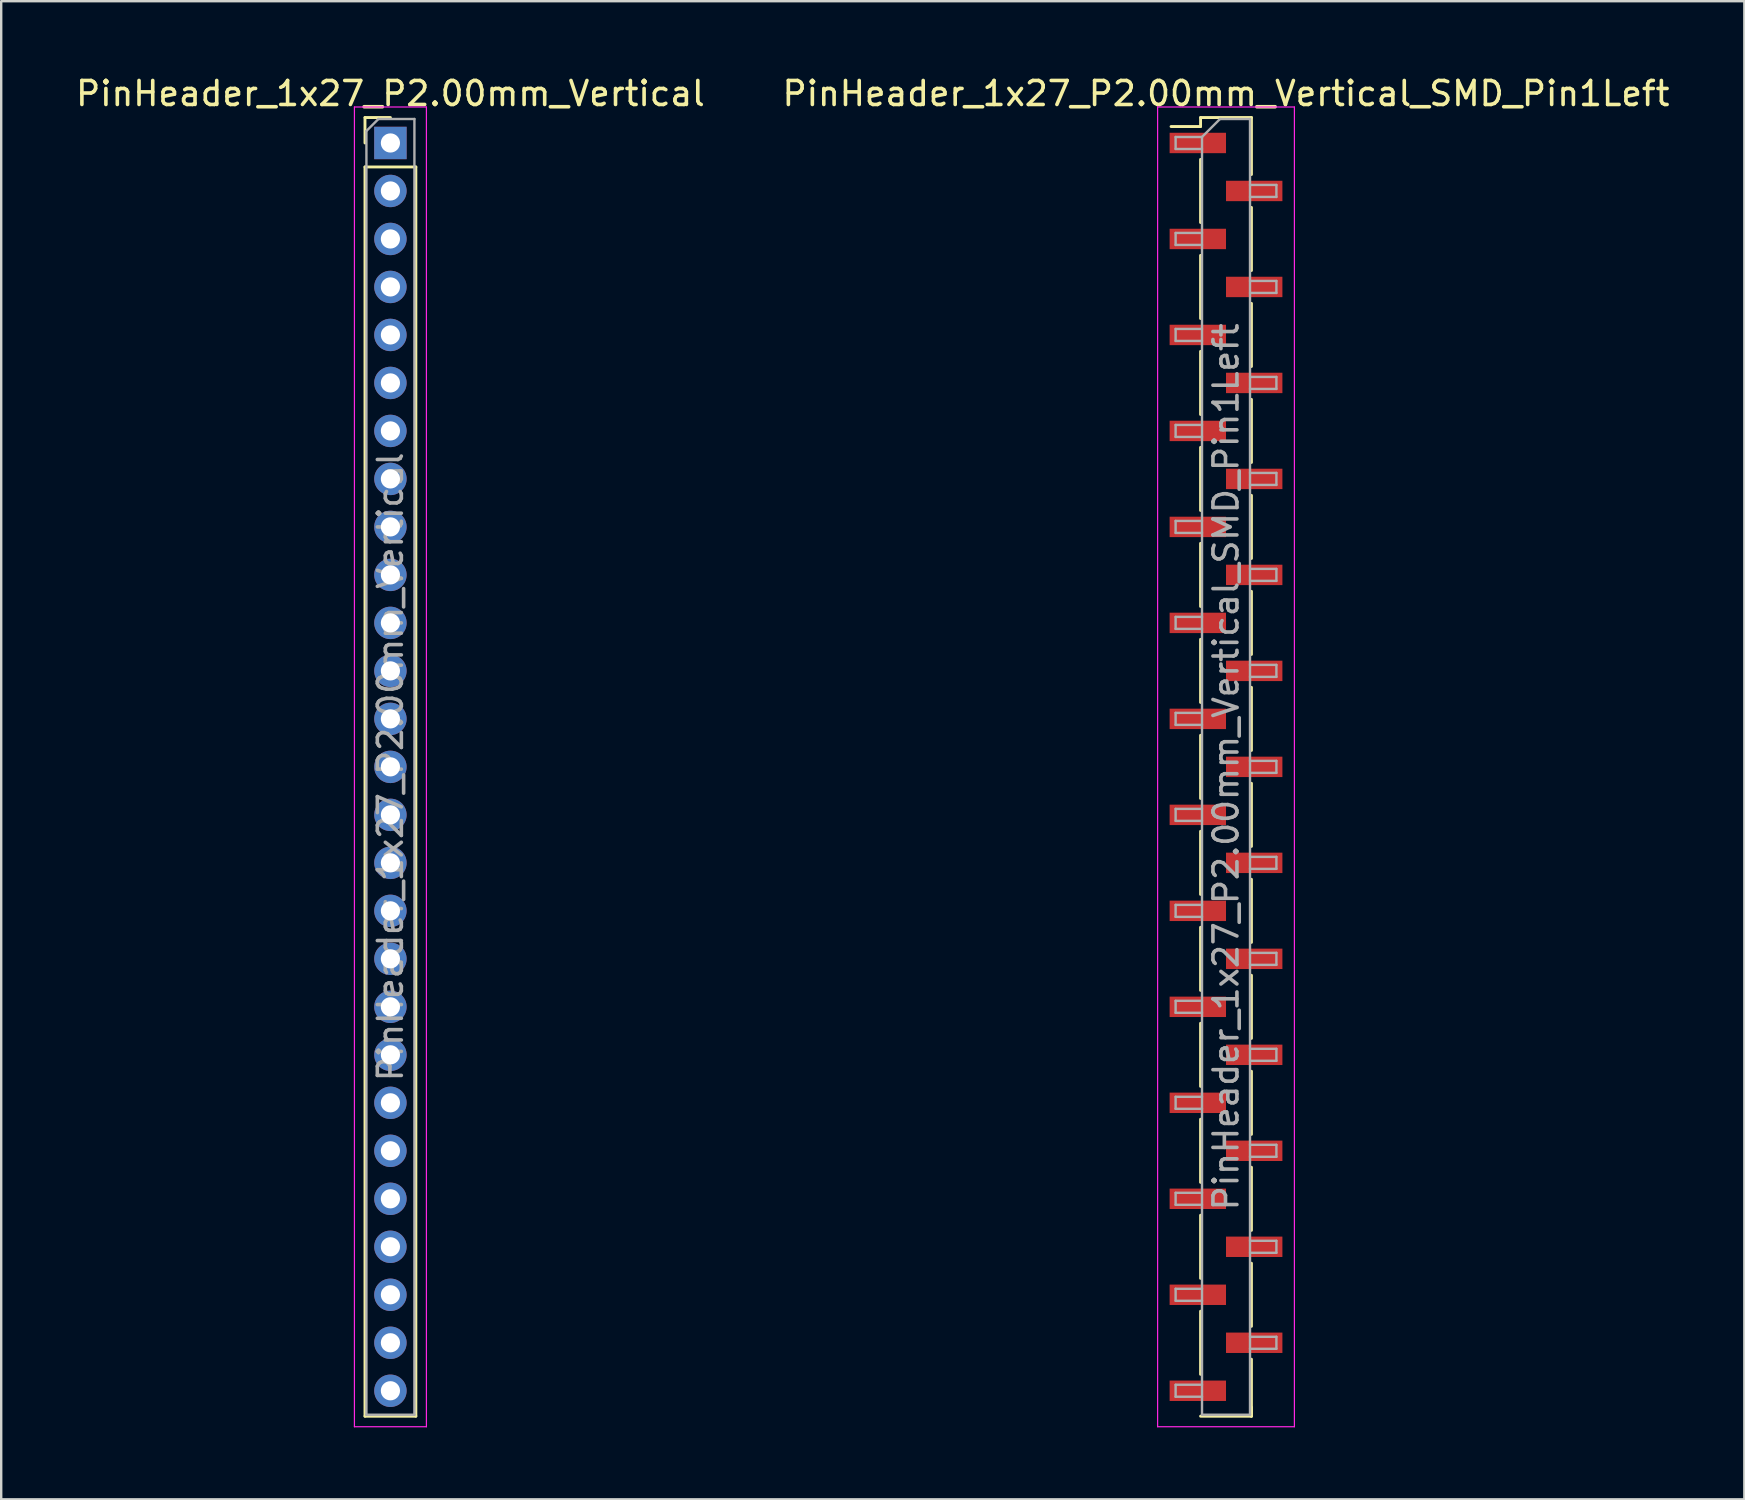
<source format=kicad_pcb>
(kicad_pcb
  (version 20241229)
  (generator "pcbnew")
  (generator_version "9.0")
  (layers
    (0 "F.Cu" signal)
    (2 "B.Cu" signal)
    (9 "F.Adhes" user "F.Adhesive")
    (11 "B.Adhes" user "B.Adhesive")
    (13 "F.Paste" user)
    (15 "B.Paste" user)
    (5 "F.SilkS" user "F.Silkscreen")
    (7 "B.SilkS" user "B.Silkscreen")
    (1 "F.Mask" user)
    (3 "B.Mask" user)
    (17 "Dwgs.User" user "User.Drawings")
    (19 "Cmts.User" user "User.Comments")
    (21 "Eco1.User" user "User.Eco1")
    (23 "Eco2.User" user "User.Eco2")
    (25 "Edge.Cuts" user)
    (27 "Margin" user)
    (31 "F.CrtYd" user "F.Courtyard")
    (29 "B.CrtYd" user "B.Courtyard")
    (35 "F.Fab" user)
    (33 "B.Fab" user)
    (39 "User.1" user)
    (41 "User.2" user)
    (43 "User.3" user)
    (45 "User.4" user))
  (footprint "PinHeader_1x27_P2.00mm_Vertical"
    (layer "F.Cu")
    (at 13.22 2.908)
    (property "Reference" "PinHeader_1x27_P2.00mm_Vertical" (at 0 -2.06 0) (layer "F.SilkS") (effects (font (size 1 1) (thickness 0.15))))
    (attr through_hole)
    (fp_line (start -1.06 -1.06) (end 0 -1.06) (stroke (width 0.12) (type solid)) (layer "F.SilkS"))
    (fp_line (start -1.06 0) (end -1.06 -1.06) (stroke (width 0.12) (type solid)) (layer "F.SilkS"))
    (fp_line (start -1.06 1) (end -1.06 53.06) (stroke (width 0.12) (type solid)) (layer "F.SilkS"))
    (fp_line (start -1.06 1) (end 1.06 1) (stroke (width 0.12) (type solid)) (layer "F.SilkS"))
    (fp_line (start -1.06 53.06) (end 1.06 53.06) (stroke (width 0.12) (type solid)) (layer "F.SilkS"))
    (fp_line (start 1.06 1) (end 1.06 53.06) (stroke (width 0.12) (type solid)) (layer "F.SilkS"))
    (fp_line (start -1.5 -1.5) (end -1.5 53.5) (stroke (width 0.05) (type solid)) (layer "F.CrtYd"))
    (fp_line (start -1.5 53.5) (end 1.5 53.5) (stroke (width 0.05) (type solid)) (layer "F.CrtYd"))
    (fp_line (start 1.5 -1.5) (end -1.5 -1.5) (stroke (width 0.05) (type solid)) (layer "F.CrtYd"))
    (fp_line (start 1.5 53.5) (end 1.5 -1.5) (stroke (width 0.05) (type solid)) (layer "F.CrtYd"))
    (fp_line (start -1 -0.5) (end -0.5 -1) (stroke (width 0.1) (type solid)) (layer "F.Fab"))
    (fp_line (start -1 53) (end -1 -0.5) (stroke (width 0.1) (type solid)) (layer "F.Fab"))
    (fp_line (start -0.5 -1) (end 1 -1) (stroke (width 0.1) (type solid)) (layer "F.Fab"))
    (fp_line (start 1 -1) (end 1 53) (stroke (width 0.1) (type solid)) (layer "F.Fab"))
    (fp_line (start 1 53) (end -1 53) (stroke (width 0.1) (type solid)) (layer "F.Fab"))
    (fp_text user "${REFERENCE}" (at 0 26 90) (layer "F.Fab") (effects (font (size 1 1) (thickness 0.15))))
    (pad "1" thru_hole rect (at 0 0) (size 1.35 1.35) (drill 0.8) (layers "*.Cu" "*.Mask"))
    (pad "2" thru_hole oval (at 0 2) (size 1.35 1.35) (drill 0.8) (layers "*.Cu" "*.Mask"))
    (pad "3" thru_hole oval (at 0 4) (size 1.35 1.35) (drill 0.8) (layers "*.Cu" "*.Mask"))
    (pad "4" thru_hole oval (at 0 6) (size 1.35 1.35) (drill 0.8) (layers "*.Cu" "*.Mask"))
    (pad "5" thru_hole oval (at 0 8) (size 1.35 1.35) (drill 0.8) (layers "*.Cu" "*.Mask"))
    (pad "6" thru_hole oval (at 0 10) (size 1.35 1.35) (drill 0.8) (layers "*.Cu" "*.Mask"))
    (pad "7" thru_hole oval (at 0 12) (size 1.35 1.35) (drill 0.8) (layers "*.Cu" "*.Mask"))
    (pad "8" thru_hole oval (at 0 14) (size 1.35 1.35) (drill 0.8) (layers "*.Cu" "*.Mask"))
    (pad "9" thru_hole oval (at 0 16) (size 1.35 1.35) (drill 0.8) (layers "*.Cu" "*.Mask"))
    (pad "10" thru_hole oval (at 0 18) (size 1.35 1.35) (drill 0.8) (layers "*.Cu" "*.Mask"))
    (pad "11" thru_hole oval (at 0 20) (size 1.35 1.35) (drill 0.8) (layers "*.Cu" "*.Mask"))
    (pad "12" thru_hole oval (at 0 22) (size 1.35 1.35) (drill 0.8) (layers "*.Cu" "*.Mask"))
    (pad "13" thru_hole oval (at 0 24) (size 1.35 1.35) (drill 0.8) (layers "*.Cu" "*.Mask"))
    (pad "14" thru_hole oval (at 0 26) (size 1.35 1.35) (drill 0.8) (layers "*.Cu" "*.Mask"))
    (pad "15" thru_hole oval (at 0 28) (size 1.35 1.35) (drill 0.8) (layers "*.Cu" "*.Mask"))
    (pad "16" thru_hole oval (at 0 30) (size 1.35 1.35) (drill 0.8) (layers "*.Cu" "*.Mask"))
    (pad "17" thru_hole oval (at 0 32) (size 1.35 1.35) (drill 0.8) (layers "*.Cu" "*.Mask"))
    (pad "18" thru_hole oval (at 0 34) (size 1.35 1.35) (drill 0.8) (layers "*.Cu" "*.Mask"))
    (pad "19" thru_hole oval (at 0 36) (size 1.35 1.35) (drill 0.8) (layers "*.Cu" "*.Mask"))
    (pad "20" thru_hole oval (at 0 38) (size 1.35 1.35) (drill 0.8) (layers "*.Cu" "*.Mask"))
    (pad "21" thru_hole oval (at 0 40) (size 1.35 1.35) (drill 0.8) (layers "*.Cu" "*.Mask"))
    (pad "22" thru_hole oval (at 0 42) (size 1.35 1.35) (drill 0.8) (layers "*.Cu" "*.Mask"))
    (pad "23" thru_hole oval (at 0 44) (size 1.35 1.35) (drill 0.8) (layers "*.Cu" "*.Mask"))
    (pad "24" thru_hole oval (at 0 46) (size 1.35 1.35) (drill 0.8) (layers "*.Cu" "*.Mask"))
    (pad "25" thru_hole oval (at 0 48) (size 1.35 1.35) (drill 0.8) (layers "*.Cu" "*.Mask"))
    (pad "26" thru_hole oval (at 0 50) (size 1.35 1.35) (drill 0.8) (layers "*.Cu" "*.Mask"))
    (pad "27" thru_hole oval (at 0 52) (size 1.35 1.35) (drill 0.8) (layers "*.Cu" "*.Mask")))
  (footprint "PinHeader_1x27_P2.00mm_Vertical_SMD_Pin1Left"
    (layer "F.Cu")
    (at 48.042 28.908)
    (property "Reference" "PinHeader_1x27_P2.00mm_Vertical_SMD_Pin1Left" (at 0 -28.06 0) (layer "F.SilkS") (effects (font (size 1 1) (thickness 0.15))))
    (attr smd)
    (fp_line (start -1.06 -27.06) (end -1.06 -26.685) (stroke (width 0.12) (type solid)) (layer "F.SilkS"))
    (fp_line (start -1.06 -27.06) (end 1.06 -27.06) (stroke (width 0.12) (type solid)) (layer "F.SilkS"))
    (fp_line (start -1.06 -26.685) (end -2.29 -26.685) (stroke (width 0.12) (type solid)) (layer "F.SilkS"))
    (fp_line (start -1.06 -25.315) (end -1.06 -22.685) (stroke (width 0.12) (type solid)) (layer "F.SilkS"))
    (fp_line (start -1.06 -21.315) (end -1.06 -18.685) (stroke (width 0.12) (type solid)) (layer "F.SilkS"))
    (fp_line (start -1.06 -17.315) (end -1.06 -14.685) (stroke (width 0.12) (type solid)) (layer "F.SilkS"))
    (fp_line (start -1.06 -13.315) (end -1.06 -10.685) (stroke (width 0.12) (type solid)) (layer "F.SilkS"))
    (fp_line (start -1.06 -9.315) (end -1.06 -6.685) (stroke (width 0.12) (type solid)) (layer "F.SilkS"))
    (fp_line (start -1.06 -5.315) (end -1.06 -2.685) (stroke (width 0.12) (type solid)) (layer "F.SilkS"))
    (fp_line (start -1.06 -1.315) (end -1.06 1.315) (stroke (width 0.12) (type solid)) (layer "F.SilkS"))
    (fp_line (start -1.06 2.685) (end -1.06 5.315) (stroke (width 0.12) (type solid)) (layer "F.SilkS"))
    (fp_line (start -1.06 6.685) (end -1.06 9.315) (stroke (width 0.12) (type solid)) (layer "F.SilkS"))
    (fp_line (start -1.06 10.685) (end -1.06 13.315) (stroke (width 0.12) (type solid)) (layer "F.SilkS"))
    (fp_line (start -1.06 14.685) (end -1.06 17.315) (stroke (width 0.12) (type solid)) (layer "F.SilkS"))
    (fp_line (start -1.06 18.685) (end -1.06 21.315) (stroke (width 0.12) (type solid)) (layer "F.SilkS"))
    (fp_line (start -1.06 22.685) (end -1.06 25.315) (stroke (width 0.12) (type solid)) (layer "F.SilkS"))
    (fp_line (start -1.06 27.06) (end 1.06 27.06) (stroke (width 0.12) (type solid)) (layer "F.SilkS"))
    (fp_line (start 1.06 -27.06) (end 1.06 -24.685) (stroke (width 0.12) (type solid)) (layer "F.SilkS"))
    (fp_line (start 1.06 -23.315) (end 1.06 -20.685) (stroke (width 0.12) (type solid)) (layer "F.SilkS"))
    (fp_line (start 1.06 -19.315) (end 1.06 -16.685) (stroke (width 0.12) (type solid)) (layer "F.SilkS"))
    (fp_line (start 1.06 -15.315) (end 1.06 -12.685) (stroke (width 0.12) (type solid)) (layer "F.SilkS"))
    (fp_line (start 1.06 -11.315) (end 1.06 -8.685) (stroke (width 0.12) (type solid)) (layer "F.SilkS"))
    (fp_line (start 1.06 -7.315) (end 1.06 -4.685) (stroke (width 0.12) (type solid)) (layer "F.SilkS"))
    (fp_line (start 1.06 -3.315) (end 1.06 -0.685) (stroke (width 0.12) (type solid)) (layer "F.SilkS"))
    (fp_line (start 1.06 0.685) (end 1.06 3.315) (stroke (width 0.12) (type solid)) (layer "F.SilkS"))
    (fp_line (start 1.06 4.685) (end 1.06 7.315) (stroke (width 0.12) (type solid)) (layer "F.SilkS"))
    (fp_line (start 1.06 8.685) (end 1.06 11.315) (stroke (width 0.12) (type solid)) (layer "F.SilkS"))
    (fp_line (start 1.06 12.685) (end 1.06 15.315) (stroke (width 0.12) (type solid)) (layer "F.SilkS"))
    (fp_line (start 1.06 16.685) (end 1.06 19.315) (stroke (width 0.12) (type solid)) (layer "F.SilkS"))
    (fp_line (start 1.06 20.685) (end 1.06 23.315) (stroke (width 0.12) (type solid)) (layer "F.SilkS"))
    (fp_line (start 1.06 24.685) (end 1.06 27.06) (stroke (width 0.12) (type solid)) (layer "F.SilkS"))
    (fp_line (start 1.06 26.685) (end 1.06 27.06) (stroke (width 0.12) (type solid)) (layer "F.SilkS"))
    (fp_line (start -2.85 -27.5) (end -2.85 27.5) (stroke (width 0.05) (type solid)) (layer "F.CrtYd"))
    (fp_line (start -2.85 27.5) (end 2.85 27.5) (stroke (width 0.05) (type solid)) (layer "F.CrtYd"))
    (fp_line (start 2.85 -27.5) (end -2.85 -27.5) (stroke (width 0.05) (type solid)) (layer "F.CrtYd"))
    (fp_line (start 2.85 27.5) (end 2.85 -27.5) (stroke (width 0.05) (type solid)) (layer "F.CrtYd"))
    (fp_line (start -2.1 -26.25) (end -2.1 -25.75) (stroke (width 0.1) (type solid)) (layer "F.Fab"))
    (fp_line (start -2.1 -25.75) (end -1 -25.75) (stroke (width 0.1) (type solid)) (layer "F.Fab"))
    (fp_line (start -2.1 -22.25) (end -2.1 -21.75) (stroke (width 0.1) (type solid)) (layer "F.Fab"))
    (fp_line (start -2.1 -21.75) (end -1 -21.75) (stroke (width 0.1) (type solid)) (layer "F.Fab"))
    (fp_line (start -2.1 -18.25) (end -2.1 -17.75) (stroke (width 0.1) (type solid)) (layer "F.Fab"))
    (fp_line (start -2.1 -17.75) (end -1 -17.75) (stroke (width 0.1) (type solid)) (layer "F.Fab"))
    (fp_line (start -2.1 -14.25) (end -2.1 -13.75) (stroke (width 0.1) (type solid)) (layer "F.Fab"))
    (fp_line (start -2.1 -13.75) (end -1 -13.75) (stroke (width 0.1) (type solid)) (layer "F.Fab"))
    (fp_line (start -2.1 -10.25) (end -2.1 -9.75) (stroke (width 0.1) (type solid)) (layer "F.Fab"))
    (fp_line (start -2.1 -9.75) (end -1 -9.75) (stroke (width 0.1) (type solid)) (layer "F.Fab"))
    (fp_line (start -2.1 -6.25) (end -2.1 -5.75) (stroke (width 0.1) (type solid)) (layer "F.Fab"))
    (fp_line (start -2.1 -5.75) (end -1 -5.75) (stroke (width 0.1) (type solid)) (layer "F.Fab"))
    (fp_line (start -2.1 -2.25) (end -2.1 -1.75) (stroke (width 0.1) (type solid)) (layer "F.Fab"))
    (fp_line (start -2.1 -1.75) (end -1 -1.75) (stroke (width 0.1) (type solid)) (layer "F.Fab"))
    (fp_line (start -2.1 1.75) (end -2.1 2.25) (stroke (width 0.1) (type solid)) (layer "F.Fab"))
    (fp_line (start -2.1 2.25) (end -1 2.25) (stroke (width 0.1) (type solid)) (layer "F.Fab"))
    (fp_line (start -2.1 5.75) (end -2.1 6.25) (stroke (width 0.1) (type solid)) (layer "F.Fab"))
    (fp_line (start -2.1 6.25) (end -1 6.25) (stroke (width 0.1) (type solid)) (layer "F.Fab"))
    (fp_line (start -2.1 9.75) (end -2.1 10.25) (stroke (width 0.1) (type solid)) (layer "F.Fab"))
    (fp_line (start -2.1 10.25) (end -1 10.25) (stroke (width 0.1) (type solid)) (layer "F.Fab"))
    (fp_line (start -2.1 13.75) (end -2.1 14.25) (stroke (width 0.1) (type solid)) (layer "F.Fab"))
    (fp_line (start -2.1 14.25) (end -1 14.25) (stroke (width 0.1) (type solid)) (layer "F.Fab"))
    (fp_line (start -2.1 17.75) (end -2.1 18.25) (stroke (width 0.1) (type solid)) (layer "F.Fab"))
    (fp_line (start -2.1 18.25) (end -1 18.25) (stroke (width 0.1) (type solid)) (layer "F.Fab"))
    (fp_line (start -2.1 21.75) (end -2.1 22.25) (stroke (width 0.1) (type solid)) (layer "F.Fab"))
    (fp_line (start -2.1 22.25) (end -1 22.25) (stroke (width 0.1) (type solid)) (layer "F.Fab"))
    (fp_line (start -2.1 25.75) (end -2.1 26.25) (stroke (width 0.1) (type solid)) (layer "F.Fab"))
    (fp_line (start -2.1 26.25) (end -1 26.25) (stroke (width 0.1) (type solid)) (layer "F.Fab"))
    (fp_line (start -1 -26.25) (end -2.1 -26.25) (stroke (width 0.1) (type solid)) (layer "F.Fab"))
    (fp_line (start -1 -26.25) (end -0.25 -27) (stroke (width 0.1) (type solid)) (layer "F.Fab"))
    (fp_line (start -1 -22.25) (end -2.1 -22.25) (stroke (width 0.1) (type solid)) (layer "F.Fab"))
    (fp_line (start -1 -18.25) (end -2.1 -18.25) (stroke (width 0.1) (type solid)) (layer "F.Fab"))
    (fp_line (start -1 -14.25) (end -2.1 -14.25) (stroke (width 0.1) (type solid)) (layer "F.Fab"))
    (fp_line (start -1 -10.25) (end -2.1 -10.25) (stroke (width 0.1) (type solid)) (layer "F.Fab"))
    (fp_line (start -1 -6.25) (end -2.1 -6.25) (stroke (width 0.1) (type solid)) (layer "F.Fab"))
    (fp_line (start -1 -2.25) (end -2.1 -2.25) (stroke (width 0.1) (type solid)) (layer "F.Fab"))
    (fp_line (start -1 1.75) (end -2.1 1.75) (stroke (width 0.1) (type solid)) (layer "F.Fab"))
    (fp_line (start -1 5.75) (end -2.1 5.75) (stroke (width 0.1) (type solid)) (layer "F.Fab"))
    (fp_line (start -1 9.75) (end -2.1 9.75) (stroke (width 0.1) (type solid)) (layer "F.Fab"))
    (fp_line (start -1 13.75) (end -2.1 13.75) (stroke (width 0.1) (type solid)) (layer "F.Fab"))
    (fp_line (start -1 17.75) (end -2.1 17.75) (stroke (width 0.1) (type solid)) (layer "F.Fab"))
    (fp_line (start -1 21.75) (end -2.1 21.75) (stroke (width 0.1) (type solid)) (layer "F.Fab"))
    (fp_line (start -1 25.75) (end -2.1 25.75) (stroke (width 0.1) (type solid)) (layer "F.Fab"))
    (fp_line (start -1 27) (end -1 -26.25) (stroke (width 0.1) (type solid)) (layer "F.Fab"))
    (fp_line (start -0.25 -27) (end 1 -27) (stroke (width 0.1) (type solid)) (layer "F.Fab"))
    (fp_line (start 1 -27) (end 1 27) (stroke (width 0.1) (type solid)) (layer "F.Fab"))
    (fp_line (start 1 -24.25) (end 2.1 -24.25) (stroke (width 0.1) (type solid)) (layer "F.Fab"))
    (fp_line (start 1 -20.25) (end 2.1 -20.25) (stroke (width 0.1) (type solid)) (layer "F.Fab"))
    (fp_line (start 1 -16.25) (end 2.1 -16.25) (stroke (width 0.1) (type solid)) (layer "F.Fab"))
    (fp_line (start 1 -12.25) (end 2.1 -12.25) (stroke (width 0.1) (type solid)) (layer "F.Fab"))
    (fp_line (start 1 -8.25) (end 2.1 -8.25) (stroke (width 0.1) (type solid)) (layer "F.Fab"))
    (fp_line (start 1 -4.25) (end 2.1 -4.25) (stroke (width 0.1) (type solid)) (layer "F.Fab"))
    (fp_line (start 1 -0.25) (end 2.1 -0.25) (stroke (width 0.1) (type solid)) (layer "F.Fab"))
    (fp_line (start 1 3.75) (end 2.1 3.75) (stroke (width 0.1) (type solid)) (layer "F.Fab"))
    (fp_line (start 1 7.75) (end 2.1 7.75) (stroke (width 0.1) (type solid)) (layer "F.Fab"))
    (fp_line (start 1 11.75) (end 2.1 11.75) (stroke (width 0.1) (type solid)) (layer "F.Fab"))
    (fp_line (start 1 15.75) (end 2.1 15.75) (stroke (width 0.1) (type solid)) (layer "F.Fab"))
    (fp_line (start 1 19.75) (end 2.1 19.75) (stroke (width 0.1) (type solid)) (layer "F.Fab"))
    (fp_line (start 1 23.75) (end 2.1 23.75) (stroke (width 0.1) (type solid)) (layer "F.Fab"))
    (fp_line (start 1 27) (end -1 27) (stroke (width 0.1) (type solid)) (layer "F.Fab"))
    (fp_line (start 2.1 -24.25) (end 2.1 -23.75) (stroke (width 0.1) (type solid)) (layer "F.Fab"))
    (fp_line (start 2.1 -23.75) (end 1 -23.75) (stroke (width 0.1) (type solid)) (layer "F.Fab"))
    (fp_line (start 2.1 -20.25) (end 2.1 -19.75) (stroke (width 0.1) (type solid)) (layer "F.Fab"))
    (fp_line (start 2.1 -19.75) (end 1 -19.75) (stroke (width 0.1) (type solid)) (layer "F.Fab"))
    (fp_line (start 2.1 -16.25) (end 2.1 -15.75) (stroke (width 0.1) (type solid)) (layer "F.Fab"))
    (fp_line (start 2.1 -15.75) (end 1 -15.75) (stroke (width 0.1) (type solid)) (layer "F.Fab"))
    (fp_line (start 2.1 -12.25) (end 2.1 -11.75) (stroke (width 0.1) (type solid)) (layer "F.Fab"))
    (fp_line (start 2.1 -11.75) (end 1 -11.75) (stroke (width 0.1) (type solid)) (layer "F.Fab"))
    (fp_line (start 2.1 -8.25) (end 2.1 -7.75) (stroke (width 0.1) (type solid)) (layer "F.Fab"))
    (fp_line (start 2.1 -7.75) (end 1 -7.75) (stroke (width 0.1) (type solid)) (layer "F.Fab"))
    (fp_line (start 2.1 -4.25) (end 2.1 -3.75) (stroke (width 0.1) (type solid)) (layer "F.Fab"))
    (fp_line (start 2.1 -3.75) (end 1 -3.75) (stroke (width 0.1) (type solid)) (layer "F.Fab"))
    (fp_line (start 2.1 -0.25) (end 2.1 0.25) (stroke (width 0.1) (type solid)) (layer "F.Fab"))
    (fp_line (start 2.1 0.25) (end 1 0.25) (stroke (width 0.1) (type solid)) (layer "F.Fab"))
    (fp_line (start 2.1 3.75) (end 2.1 4.25) (stroke (width 0.1) (type solid)) (layer "F.Fab"))
    (fp_line (start 2.1 4.25) (end 1 4.25) (stroke (width 0.1) (type solid)) (layer "F.Fab"))
    (fp_line (start 2.1 7.75) (end 2.1 8.25) (stroke (width 0.1) (type solid)) (layer "F.Fab"))
    (fp_line (start 2.1 8.25) (end 1 8.25) (stroke (width 0.1) (type solid)) (layer "F.Fab"))
    (fp_line (start 2.1 11.75) (end 2.1 12.25) (stroke (width 0.1) (type solid)) (layer "F.Fab"))
    (fp_line (start 2.1 12.25) (end 1 12.25) (stroke (width 0.1) (type solid)) (layer "F.Fab"))
    (fp_line (start 2.1 15.75) (end 2.1 16.25) (stroke (width 0.1) (type solid)) (layer "F.Fab"))
    (fp_line (start 2.1 16.25) (end 1 16.25) (stroke (width 0.1) (type solid)) (layer "F.Fab"))
    (fp_line (start 2.1 19.75) (end 2.1 20.25) (stroke (width 0.1) (type solid)) (layer "F.Fab"))
    (fp_line (start 2.1 20.25) (end 1 20.25) (stroke (width 0.1) (type solid)) (layer "F.Fab"))
    (fp_line (start 2.1 23.75) (end 2.1 24.25) (stroke (width 0.1) (type solid)) (layer "F.Fab"))
    (fp_line (start 2.1 24.25) (end 1 24.25) (stroke (width 0.1) (type solid)) (layer "F.Fab"))
    (fp_text user "${REFERENCE}" (at 0 0 90) (layer "F.Fab") (effects (font (size 1 1) (thickness 0.15))))
    (pad "1" smd rect (at -1.175 -26) (size 2.35 0.85) (layers "F.Cu" "F.Mask" "F.Paste"))
    (pad "2" smd rect (at 1.175 -24) (size 2.35 0.85) (layers "F.Cu" "F.Mask" "F.Paste"))
    (pad "3" smd rect (at -1.175 -22) (size 2.35 0.85) (layers "F.Cu" "F.Mask" "F.Paste"))
    (pad "4" smd rect (at 1.175 -20) (size 2.35 0.85) (layers "F.Cu" "F.Mask" "F.Paste"))
    (pad "5" smd rect (at -1.175 -18) (size 2.35 0.85) (layers "F.Cu" "F.Mask" "F.Paste"))
    (pad "6" smd rect (at 1.175 -16) (size 2.35 0.85) (layers "F.Cu" "F.Mask" "F.Paste"))
    (pad "7" smd rect (at -1.175 -14) (size 2.35 0.85) (layers "F.Cu" "F.Mask" "F.Paste"))
    (pad "8" smd rect (at 1.175 -12) (size 2.35 0.85) (layers "F.Cu" "F.Mask" "F.Paste"))
    (pad "9" smd rect (at -1.175 -10) (size 2.35 0.85) (layers "F.Cu" "F.Mask" "F.Paste"))
    (pad "10" smd rect (at 1.175 -8) (size 2.35 0.85) (layers "F.Cu" "F.Mask" "F.Paste"))
    (pad "11" smd rect (at -1.175 -6) (size 2.35 0.85) (layers "F.Cu" "F.Mask" "F.Paste"))
    (pad "12" smd rect (at 1.175 -4) (size 2.35 0.85) (layers "F.Cu" "F.Mask" "F.Paste"))
    (pad "13" smd rect (at -1.175 -2) (size 2.35 0.85) (layers "F.Cu" "F.Mask" "F.Paste"))
    (pad "14" smd rect (at 1.175 0) (size 2.35 0.85) (layers "F.Cu" "F.Mask" "F.Paste"))
    (pad "15" smd rect (at -1.175 2) (size 2.35 0.85) (layers "F.Cu" "F.Mask" "F.Paste"))
    (pad "16" smd rect (at 1.175 4) (size 2.35 0.85) (layers "F.Cu" "F.Mask" "F.Paste"))
    (pad "17" smd rect (at -1.175 6) (size 2.35 0.85) (layers "F.Cu" "F.Mask" "F.Paste"))
    (pad "18" smd rect (at 1.175 8) (size 2.35 0.85) (layers "F.Cu" "F.Mask" "F.Paste"))
    (pad "19" smd rect (at -1.175 10) (size 2.35 0.85) (layers "F.Cu" "F.Mask" "F.Paste"))
    (pad "20" smd rect (at 1.175 12) (size 2.35 0.85) (layers "F.Cu" "F.Mask" "F.Paste"))
    (pad "21" smd rect (at -1.175 14) (size 2.35 0.85) (layers "F.Cu" "F.Mask" "F.Paste"))
    (pad "22" smd rect (at 1.175 16) (size 2.35 0.85) (layers "F.Cu" "F.Mask" "F.Paste"))
    (pad "23" smd rect (at -1.175 18) (size 2.35 0.85) (layers "F.Cu" "F.Mask" "F.Paste"))
    (pad "24" smd rect (at 1.175 20) (size 2.35 0.85) (layers "F.Cu" "F.Mask" "F.Paste"))
    (pad "25" smd rect (at -1.175 22) (size 2.35 0.85) (layers "F.Cu" "F.Mask" "F.Paste"))
    (pad "26" smd rect (at 1.175 24) (size 2.35 0.85) (layers "F.Cu" "F.Mask" "F.Paste"))
    (pad "27" smd rect (at -1.175 26) (size 2.35 0.85) (layers "F.Cu" "F.Mask" "F.Paste")))
  (gr_rect
    (start -3 -3)
    (end 69.643 59.433)
    (stroke (width 0.1) (type default))
    (fill no)
    (layer "Edge.Cuts")))
</source>
